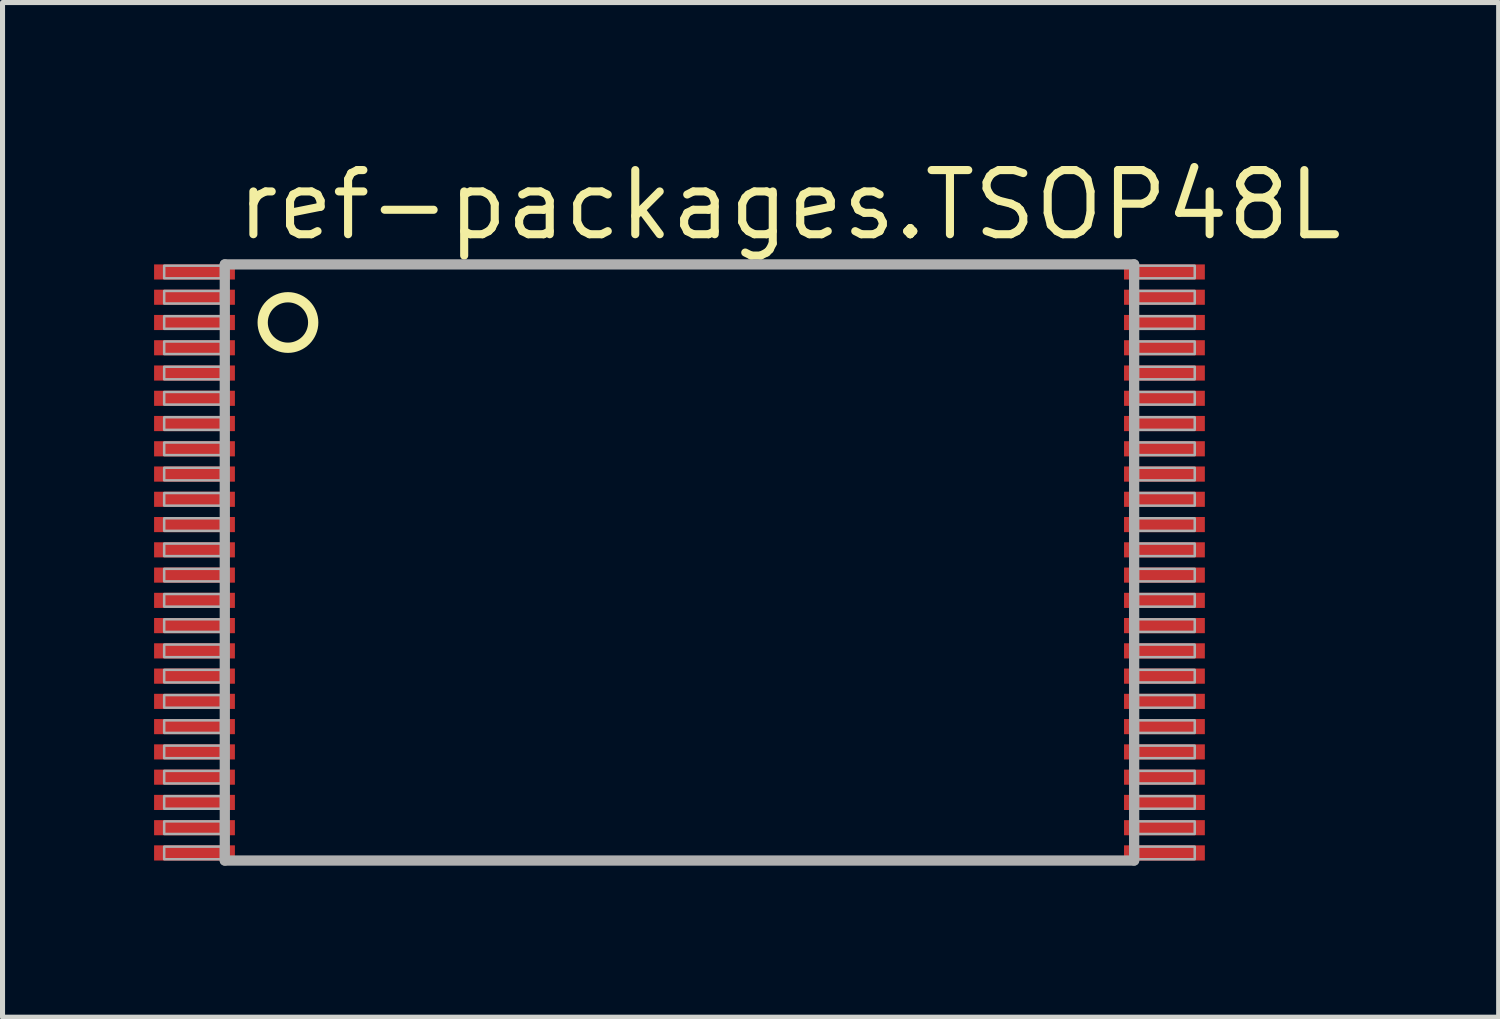
<source format=kicad_pcb>
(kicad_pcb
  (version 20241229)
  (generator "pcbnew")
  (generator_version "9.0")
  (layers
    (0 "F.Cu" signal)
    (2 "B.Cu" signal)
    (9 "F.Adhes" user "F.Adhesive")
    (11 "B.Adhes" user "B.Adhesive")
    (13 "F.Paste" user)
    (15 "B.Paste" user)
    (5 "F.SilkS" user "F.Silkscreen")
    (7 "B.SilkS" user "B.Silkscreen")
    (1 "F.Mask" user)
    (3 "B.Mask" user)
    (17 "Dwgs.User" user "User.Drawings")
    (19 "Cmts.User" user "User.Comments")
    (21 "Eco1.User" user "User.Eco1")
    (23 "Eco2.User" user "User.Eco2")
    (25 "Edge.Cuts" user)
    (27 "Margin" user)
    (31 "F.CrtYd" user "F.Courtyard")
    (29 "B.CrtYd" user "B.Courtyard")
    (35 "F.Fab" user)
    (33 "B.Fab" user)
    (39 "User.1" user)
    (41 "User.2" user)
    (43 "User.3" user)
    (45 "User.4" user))
  (footprint "ref-packages.TSOP48L"
    (layer "F.Cu")
    (at 10.4 8.084)
    (property "Reference" "ref-packages.TSOP48L" (at -8.842 -6.334 0) (layer "F.SilkS") (effects (font (size 1.27 1.27) (thickness 0.16)) (justify left bottom)))
    (attr smd)
    (fp_circle (center -7.75 -4.75) (end -7.25 -4.75) (stroke (width 0.203) (type default)) (fill no) (layer "F.SilkS"))
    (fp_line (start -9 -5.9) (end -9 5.9) (stroke (width 0.203) (type default)) (layer "F.Fab"))
    (fp_line (start -9 5.9) (end 9 5.9) (stroke (width 0.203) (type default)) (layer "F.Fab"))
    (fp_line (start 9 -5.9) (end -9 -5.9) (stroke (width 0.203) (type default)) (layer "F.Fab"))
    (fp_line (start 9 5.9) (end 9 -5.9) (stroke (width 0.203) (type default)) (layer "F.Fab"))
    (fp_rect (start -10.2 -5.625) (end -9.075 -5.875) (stroke (width 0.05) (type default)) (fill no) (layer "F.Fab"))
    (fp_rect (start -10.2 -5.125) (end -9.075 -5.375) (stroke (width 0.05) (type default)) (fill no) (layer "F.Fab"))
    (fp_rect (start -10.2 -4.625) (end -9.075 -4.875) (stroke (width 0.05) (type default)) (fill no) (layer "F.Fab"))
    (fp_rect (start -10.2 -4.125) (end -9.075 -4.375) (stroke (width 0.05) (type default)) (fill no) (layer "F.Fab"))
    (fp_rect (start -10.2 -3.625) (end -9.075 -3.875) (stroke (width 0.05) (type default)) (fill no) (layer "F.Fab"))
    (fp_rect (start -10.2 -3.125) (end -9.075 -3.375) (stroke (width 0.05) (type default)) (fill no) (layer "F.Fab"))
    (fp_rect (start -10.2 -2.625) (end -9.075 -2.875) (stroke (width 0.05) (type default)) (fill no) (layer "F.Fab"))
    (fp_rect (start -10.2 -2.125) (end -9.075 -2.375) (stroke (width 0.05) (type default)) (fill no) (layer "F.Fab"))
    (fp_rect (start -10.2 -1.625) (end -9.075 -1.875) (stroke (width 0.05) (type default)) (fill no) (layer "F.Fab"))
    (fp_rect (start -10.2 -1.125) (end -9.075 -1.375) (stroke (width 0.05) (type default)) (fill no) (layer "F.Fab"))
    (fp_rect (start -10.2 -0.625) (end -9.075 -0.875) (stroke (width 0.05) (type default)) (fill no) (layer "F.Fab"))
    (fp_rect (start -10.2 -0.125) (end -9.075 -0.375) (stroke (width 0.05) (type default)) (fill no) (layer "F.Fab"))
    (fp_rect (start -10.2 0.375) (end -9.075 0.125) (stroke (width 0.05) (type default)) (fill no) (layer "F.Fab"))
    (fp_rect (start -10.2 0.875) (end -9.075 0.625) (stroke (width 0.05) (type default)) (fill no) (layer "F.Fab"))
    (fp_rect (start -10.2 1.375) (end -9.075 1.125) (stroke (width 0.05) (type default)) (fill no) (layer "F.Fab"))
    (fp_rect (start -10.2 1.875) (end -9.075 1.625) (stroke (width 0.05) (type default)) (fill no) (layer "F.Fab"))
    (fp_rect (start -10.2 2.375) (end -9.075 2.125) (stroke (width 0.05) (type default)) (fill no) (layer "F.Fab"))
    (fp_rect (start -10.2 2.875) (end -9.075 2.625) (stroke (width 0.05) (type default)) (fill no) (layer "F.Fab"))
    (fp_rect (start -10.2 3.375) (end -9.075 3.125) (stroke (width 0.05) (type default)) (fill no) (layer "F.Fab"))
    (fp_rect (start -10.2 3.875) (end -9.075 3.625) (stroke (width 0.05) (type default)) (fill no) (layer "F.Fab"))
    (fp_rect (start -10.2 4.375) (end -9.075 4.125) (stroke (width 0.05) (type default)) (fill no) (layer "F.Fab"))
    (fp_rect (start -10.2 4.875) (end -9.075 4.625) (stroke (width 0.05) (type default)) (fill no) (layer "F.Fab"))
    (fp_rect (start -10.2 5.375) (end -9.075 5.125) (stroke (width 0.05) (type default)) (fill no) (layer "F.Fab"))
    (fp_rect (start -10.2 5.875) (end -9.075 5.625) (stroke (width 0.05) (type default)) (fill no) (layer "F.Fab"))
    (fp_rect (start 9.075 -5.625) (end 10.2 -5.875) (stroke (width 0.05) (type default)) (fill no) (layer "F.Fab"))
    (fp_rect (start 9.075 -5.125) (end 10.2 -5.375) (stroke (width 0.05) (type default)) (fill no) (layer "F.Fab"))
    (fp_rect (start 9.075 -4.625) (end 10.2 -4.875) (stroke (width 0.05) (type default)) (fill no) (layer "F.Fab"))
    (fp_rect (start 9.075 -4.125) (end 10.2 -4.375) (stroke (width 0.05) (type default)) (fill no) (layer "F.Fab"))
    (fp_rect (start 9.075 -3.625) (end 10.2 -3.875) (stroke (width 0.05) (type default)) (fill no) (layer "F.Fab"))
    (fp_rect (start 9.075 -3.125) (end 10.2 -3.375) (stroke (width 0.05) (type default)) (fill no) (layer "F.Fab"))
    (fp_rect (start 9.075 -2.625) (end 10.2 -2.875) (stroke (width 0.05) (type default)) (fill no) (layer "F.Fab"))
    (fp_rect (start 9.075 -2.125) (end 10.2 -2.375) (stroke (width 0.05) (type default)) (fill no) (layer "F.Fab"))
    (fp_rect (start 9.075 -1.625) (end 10.2 -1.875) (stroke (width 0.05) (type default)) (fill no) (layer "F.Fab"))
    (fp_rect (start 9.075 -1.125) (end 10.2 -1.375) (stroke (width 0.05) (type default)) (fill no) (layer "F.Fab"))
    (fp_rect (start 9.075 -0.625) (end 10.2 -0.875) (stroke (width 0.05) (type default)) (fill no) (layer "F.Fab"))
    (fp_rect (start 9.075 -0.125) (end 10.2 -0.375) (stroke (width 0.05) (type default)) (fill no) (layer "F.Fab"))
    (fp_rect (start 9.075 0.375) (end 10.2 0.125) (stroke (width 0.05) (type default)) (fill no) (layer "F.Fab"))
    (fp_rect (start 9.075 0.875) (end 10.2 0.625) (stroke (width 0.05) (type default)) (fill no) (layer "F.Fab"))
    (fp_rect (start 9.075 1.375) (end 10.2 1.125) (stroke (width 0.05) (type default)) (fill no) (layer "F.Fab"))
    (fp_rect (start 9.075 1.875) (end 10.2 1.625) (stroke (width 0.05) (type default)) (fill no) (layer "F.Fab"))
    (fp_rect (start 9.075 2.375) (end 10.2 2.125) (stroke (width 0.05) (type default)) (fill no) (layer "F.Fab"))
    (fp_rect (start 9.075 2.875) (end 10.2 2.625) (stroke (width 0.05) (type default)) (fill no) (layer "F.Fab"))
    (fp_rect (start 9.075 3.375) (end 10.2 3.125) (stroke (width 0.05) (type default)) (fill no) (layer "F.Fab"))
    (fp_rect (start 9.075 3.875) (end 10.2 3.625) (stroke (width 0.05) (type default)) (fill no) (layer "F.Fab"))
    (fp_rect (start 9.075 4.375) (end 10.2 4.125) (stroke (width 0.05) (type default)) (fill no) (layer "F.Fab"))
    (fp_rect (start 9.075 4.875) (end 10.2 4.625) (stroke (width 0.05) (type default)) (fill no) (layer "F.Fab"))
    (fp_rect (start 9.075 5.375) (end 10.2 5.125) (stroke (width 0.05) (type default)) (fill no) (layer "F.Fab"))
    (fp_rect (start 9.075 5.875) (end 10.2 5.625) (stroke (width 0.05) (type default)) (fill no) (layer "F.Fab"))
    (pad "1" smd roundrect (at -9.6 -5.75) (size 1.6 0.3) (layers "F.Cu" "F.Mask" "F.Paste") (roundrect_rratio 0.01))
    (pad "2" smd roundrect (at -9.6 -5.25) (size 1.6 0.3) (layers "F.Cu" "F.Mask" "F.Paste") (roundrect_rratio 0.01))
    (pad "3" smd roundrect (at -9.6 -4.75) (size 1.6 0.3) (layers "F.Cu" "F.Mask" "F.Paste") (roundrect_rratio 0.01))
    (pad "4" smd roundrect (at -9.6 -4.25) (size 1.6 0.3) (layers "F.Cu" "F.Mask" "F.Paste") (roundrect_rratio 0.01))
    (pad "5" smd roundrect (at -9.6 -3.75) (size 1.6 0.3) (layers "F.Cu" "F.Mask" "F.Paste") (roundrect_rratio 0.01))
    (pad "6" smd roundrect (at -9.6 -3.25) (size 1.6 0.3) (layers "F.Cu" "F.Mask" "F.Paste") (roundrect_rratio 0.01))
    (pad "7" smd roundrect (at -9.6 -2.75) (size 1.6 0.3) (layers "F.Cu" "F.Mask" "F.Paste") (roundrect_rratio 0.01))
    (pad "8" smd roundrect (at -9.6 -2.25) (size 1.6 0.3) (layers "F.Cu" "F.Mask" "F.Paste") (roundrect_rratio 0.01))
    (pad "9" smd roundrect (at -9.6 -1.75) (size 1.6 0.3) (layers "F.Cu" "F.Mask" "F.Paste") (roundrect_rratio 0.01))
    (pad "10" smd roundrect (at -9.6 -1.25) (size 1.6 0.3) (layers "F.Cu" "F.Mask" "F.Paste") (roundrect_rratio 0.01))
    (pad "11" smd roundrect (at -9.6 -0.75) (size 1.6 0.3) (layers "F.Cu" "F.Mask" "F.Paste") (roundrect_rratio 0.01))
    (pad "12" smd roundrect (at -9.6 -0.25) (size 1.6 0.3) (layers "F.Cu" "F.Mask" "F.Paste") (roundrect_rratio 0.01))
    (pad "13" smd roundrect (at -9.6 0.25) (size 1.6 0.3) (layers "F.Cu" "F.Mask" "F.Paste") (roundrect_rratio 0.01))
    (pad "14" smd roundrect (at -9.6 0.75) (size 1.6 0.3) (layers "F.Cu" "F.Mask" "F.Paste") (roundrect_rratio 0.01))
    (pad "15" smd roundrect (at -9.6 1.25) (size 1.6 0.3) (layers "F.Cu" "F.Mask" "F.Paste") (roundrect_rratio 0.01))
    (pad "16" smd roundrect (at -9.6 1.75) (size 1.6 0.3) (layers "F.Cu" "F.Mask" "F.Paste") (roundrect_rratio 0.01))
    (pad "17" smd roundrect (at -9.6 2.25) (size 1.6 0.3) (layers "F.Cu" "F.Mask" "F.Paste") (roundrect_rratio 0.01))
    (pad "18" smd roundrect (at -9.6 2.75) (size 1.6 0.3) (layers "F.Cu" "F.Mask" "F.Paste") (roundrect_rratio 0.01))
    (pad "19" smd roundrect (at -9.6 3.25) (size 1.6 0.3) (layers "F.Cu" "F.Mask" "F.Paste") (roundrect_rratio 0.01))
    (pad "20" smd roundrect (at -9.6 3.75) (size 1.6 0.3) (layers "F.Cu" "F.Mask" "F.Paste") (roundrect_rratio 0.01))
    (pad "21" smd roundrect (at -9.6 4.25) (size 1.6 0.3) (layers "F.Cu" "F.Mask" "F.Paste") (roundrect_rratio 0.01))
    (pad "22" smd roundrect (at -9.6 4.75) (size 1.6 0.3) (layers "F.Cu" "F.Mask" "F.Paste") (roundrect_rratio 0.01))
    (pad "23" smd roundrect (at -9.6 5.25) (size 1.6 0.3) (layers "F.Cu" "F.Mask" "F.Paste") (roundrect_rratio 0.01))
    (pad "24" smd roundrect (at -9.6 5.75) (size 1.6 0.3) (layers "F.Cu" "F.Mask" "F.Paste") (roundrect_rratio 0.01))
    (pad "25" smd roundrect (at 9.6 5.75) (size 1.6 0.3) (layers "F.Cu" "F.Mask" "F.Paste") (roundrect_rratio 0.01))
    (pad "26" smd roundrect (at 9.6 5.25) (size 1.6 0.3) (layers "F.Cu" "F.Mask" "F.Paste") (roundrect_rratio 0.01))
    (pad "27" smd roundrect (at 9.6 4.75) (size 1.6 0.3) (layers "F.Cu" "F.Mask" "F.Paste") (roundrect_rratio 0.01))
    (pad "28" smd roundrect (at 9.6 4.25) (size 1.6 0.3) (layers "F.Cu" "F.Mask" "F.Paste") (roundrect_rratio 0.01))
    (pad "29" smd roundrect (at 9.6 3.75) (size 1.6 0.3) (layers "F.Cu" "F.Mask" "F.Paste") (roundrect_rratio 0.01))
    (pad "30" smd roundrect (at 9.6 3.25) (size 1.6 0.3) (layers "F.Cu" "F.Mask" "F.Paste") (roundrect_rratio 0.01))
    (pad "31" smd roundrect (at 9.6 2.75) (size 1.6 0.3) (layers "F.Cu" "F.Mask" "F.Paste") (roundrect_rratio 0.01))
    (pad "32" smd roundrect (at 9.6 2.25) (size 1.6 0.3) (layers "F.Cu" "F.Mask" "F.Paste") (roundrect_rratio 0.01))
    (pad "33" smd roundrect (at 9.6 1.75) (size 1.6 0.3) (layers "F.Cu" "F.Mask" "F.Paste") (roundrect_rratio 0.01))
    (pad "34" smd roundrect (at 9.6 1.25) (size 1.6 0.3) (layers "F.Cu" "F.Mask" "F.Paste") (roundrect_rratio 0.01))
    (pad "35" smd roundrect (at 9.6 0.75) (size 1.6 0.3) (layers "F.Cu" "F.Mask" "F.Paste") (roundrect_rratio 0.01))
    (pad "36" smd roundrect (at 9.6 0.25) (size 1.6 0.3) (layers "F.Cu" "F.Mask" "F.Paste") (roundrect_rratio 0.01))
    (pad "37" smd roundrect (at 9.6 -0.25) (size 1.6 0.3) (layers "F.Cu" "F.Mask" "F.Paste") (roundrect_rratio 0.01))
    (pad "38" smd roundrect (at 9.6 -0.75) (size 1.6 0.3) (layers "F.Cu" "F.Mask" "F.Paste") (roundrect_rratio 0.01))
    (pad "39" smd roundrect (at 9.6 -1.25) (size 1.6 0.3) (layers "F.Cu" "F.Mask" "F.Paste") (roundrect_rratio 0.01))
    (pad "40" smd roundrect (at 9.6 -1.75) (size 1.6 0.3) (layers "F.Cu" "F.Mask" "F.Paste") (roundrect_rratio 0.01))
    (pad "41" smd roundrect (at 9.6 -2.25) (size 1.6 0.3) (layers "F.Cu" "F.Mask" "F.Paste") (roundrect_rratio 0.01))
    (pad "42" smd roundrect (at 9.6 -2.75) (size 1.6 0.3) (layers "F.Cu" "F.Mask" "F.Paste") (roundrect_rratio 0.01))
    (pad "43" smd roundrect (at 9.6 -3.25) (size 1.6 0.3) (layers "F.Cu" "F.Mask" "F.Paste") (roundrect_rratio 0.01))
    (pad "44" smd roundrect (at 9.6 -3.75) (size 1.6 0.3) (layers "F.Cu" "F.Mask" "F.Paste") (roundrect_rratio 0.01))
    (pad "45" smd roundrect (at 9.6 -4.25) (size 1.6 0.3) (layers "F.Cu" "F.Mask" "F.Paste") (roundrect_rratio 0.01))
    (pad "46" smd roundrect (at 9.6 -4.75) (size 1.6 0.3) (layers "F.Cu" "F.Mask" "F.Paste") (roundrect_rratio 0.01))
    (pad "47" smd roundrect (at 9.6 -5.25) (size 1.6 0.3) (layers "F.Cu" "F.Mask" "F.Paste") (roundrect_rratio 0.01))
    (pad "48" smd roundrect (at 9.6 -5.75) (size 1.6 0.3) (layers "F.Cu" "F.Mask" "F.Paste") (roundrect_rratio 0.01)))
  (gr_rect
    (start -3 -3)
    (end 26.616 17.086)
    (stroke (width 0.1) (type default))
    (fill no)
    (layer "Edge.Cuts")))
</source>
